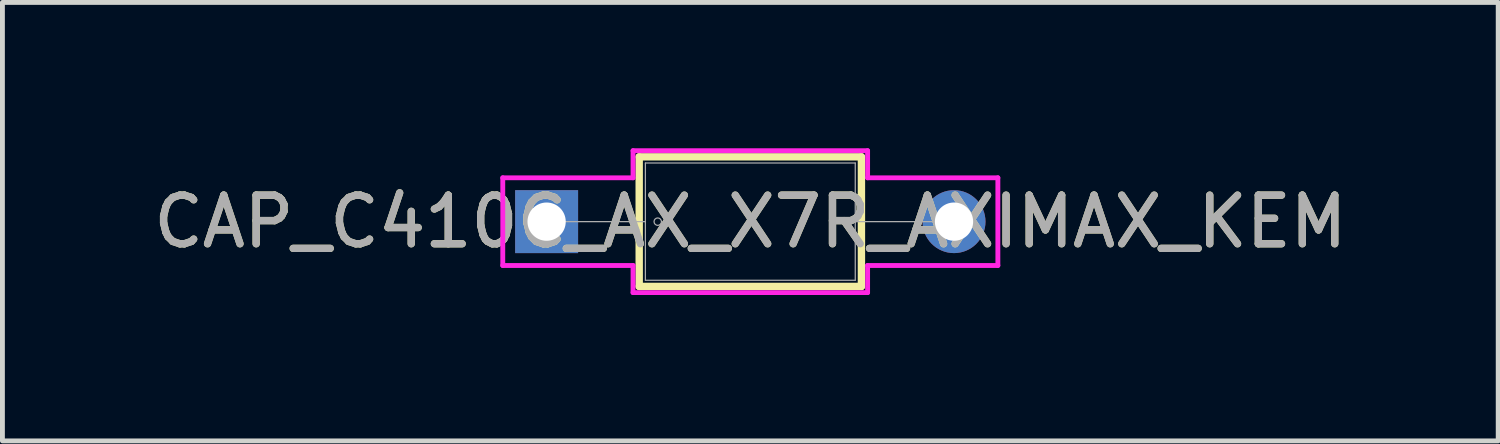
<source format=kicad_pcb>
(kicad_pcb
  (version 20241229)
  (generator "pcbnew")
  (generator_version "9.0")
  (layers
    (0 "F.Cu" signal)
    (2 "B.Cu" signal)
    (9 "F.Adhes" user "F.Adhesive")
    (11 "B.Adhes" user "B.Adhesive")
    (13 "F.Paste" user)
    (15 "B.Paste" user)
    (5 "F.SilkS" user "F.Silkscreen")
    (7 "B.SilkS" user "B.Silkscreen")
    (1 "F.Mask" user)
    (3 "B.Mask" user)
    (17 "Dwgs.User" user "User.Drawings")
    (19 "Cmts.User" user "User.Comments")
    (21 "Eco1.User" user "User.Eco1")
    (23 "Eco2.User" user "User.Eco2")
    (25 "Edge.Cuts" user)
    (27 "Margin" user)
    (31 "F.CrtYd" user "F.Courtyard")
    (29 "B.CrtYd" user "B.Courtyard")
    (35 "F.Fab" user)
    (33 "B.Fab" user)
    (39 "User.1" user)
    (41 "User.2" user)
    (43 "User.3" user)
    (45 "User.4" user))
  (footprint "CAP_C410C_AX_X7R_AXIMAX_KEM"
    (layer "F.Cu")
    (at 8.196 1.51)
    (property "Reference" "CAP_C410C_AX_X7R_AXIMAX_KEM" (at 4.191 0 0) (unlocked yes) (layer "F.SilkS") (effects (font (size 1 1) (thickness 0.15))))
    (attr through_hole)
    (fp_line (start 1.905 -1.333) (end 1.905 1.333) (stroke (width 0.152) (type solid)) (layer "F.SilkS"))
    (fp_line (start 1.905 1.333) (end 6.477 1.333) (stroke (width 0.152) (type solid)) (layer "F.SilkS"))
    (fp_line (start 6.477 -1.333) (end 1.905 -1.333) (stroke (width 0.152) (type solid)) (layer "F.SilkS"))
    (fp_line (start 6.477 1.333) (end 6.477 -1.333) (stroke (width 0.152) (type solid)) (layer "F.SilkS"))
    (fp_line (start -0.902 -0.902) (end 1.778 -0.902) (stroke (width 0.1) (type solid)) (layer "F.CrtYd"))
    (fp_line (start -0.902 0.902) (end -0.902 -0.902) (stroke (width 0.1) (type solid)) (layer "F.CrtYd"))
    (fp_line (start 1.778 -1.46) (end 6.604 -1.46) (stroke (width 0.1) (type solid)) (layer "F.CrtYd"))
    (fp_line (start 1.778 -0.902) (end 1.778 -1.46) (stroke (width 0.1) (type solid)) (layer "F.CrtYd"))
    (fp_line (start 1.778 0.902) (end -0.902 0.902) (stroke (width 0.1) (type solid)) (layer "F.CrtYd"))
    (fp_line (start 1.778 1.46) (end 1.778 0.902) (stroke (width 0.1) (type solid)) (layer "F.CrtYd"))
    (fp_line (start 1.778 1.46) (end 6.604 1.46) (stroke (width 0.1) (type solid)) (layer "F.CrtYd"))
    (fp_line (start 6.604 -1.46) (end 6.604 -0.902) (stroke (width 0.1) (type solid)) (layer "F.CrtYd"))
    (fp_line (start 6.604 -0.902) (end 9.284 -0.902) (stroke (width 0.1) (type solid)) (layer "F.CrtYd"))
    (fp_line (start 6.604 0.902) (end 6.604 1.46) (stroke (width 0.1) (type solid)) (layer "F.CrtYd"))
    (fp_line (start 9.284 -0.902) (end 9.284 0.902) (stroke (width 0.1) (type solid)) (layer "F.CrtYd"))
    (fp_line (start 9.284 0.902) (end 6.604 0.902) (stroke (width 0.1) (type solid)) (layer "F.CrtYd"))
    (fp_line (start 0 0) (end 2.032 0) (stroke (width 0.025) (type solid)) (layer "F.Fab"))
    (fp_line (start 2.032 -1.206) (end 2.032 1.206) (stroke (width 0.025) (type solid)) (layer "F.Fab"))
    (fp_line (start 2.032 1.206) (end 6.35 1.206) (stroke (width 0.025) (type solid)) (layer "F.Fab"))
    (fp_line (start 6.35 -1.206) (end 2.032 -1.206) (stroke (width 0.025) (type solid)) (layer "F.Fab"))
    (fp_line (start 6.35 1.206) (end 6.35 -1.206) (stroke (width 0.025) (type solid)) (layer "F.Fab"))
    (fp_line (start 8.382 0) (end 6.35 0) (stroke (width 0.025) (type solid)) (layer "F.Fab"))
    (fp_circle (center 2.286 0) (end 2.362 0) (stroke (width 0.025) (type solid)) (fill no) (layer "F.Fab"))
    (fp_text user "${REFERENCE}" (at 4.191 0 0) (unlocked yes) (layer "F.Fab") (effects (font (size 1 1) (thickness 0.15))))
    (pad "1" thru_hole rect (at 0 0) (size 1.295 1.295) (drill 0.787) (layers "*.Cu" "*.Mask"))
    (pad "2" thru_hole circle (at 8.382 0) (size 1.295 1.295) (drill 0.787) (layers "*.Cu" "*.Mask")))
  (gr_rect
    (start -3 -3)
    (end 27.774 6.021)
    (stroke (width 0.1) (type default))
    (fill no)
    (layer "Edge.Cuts")))
</source>
